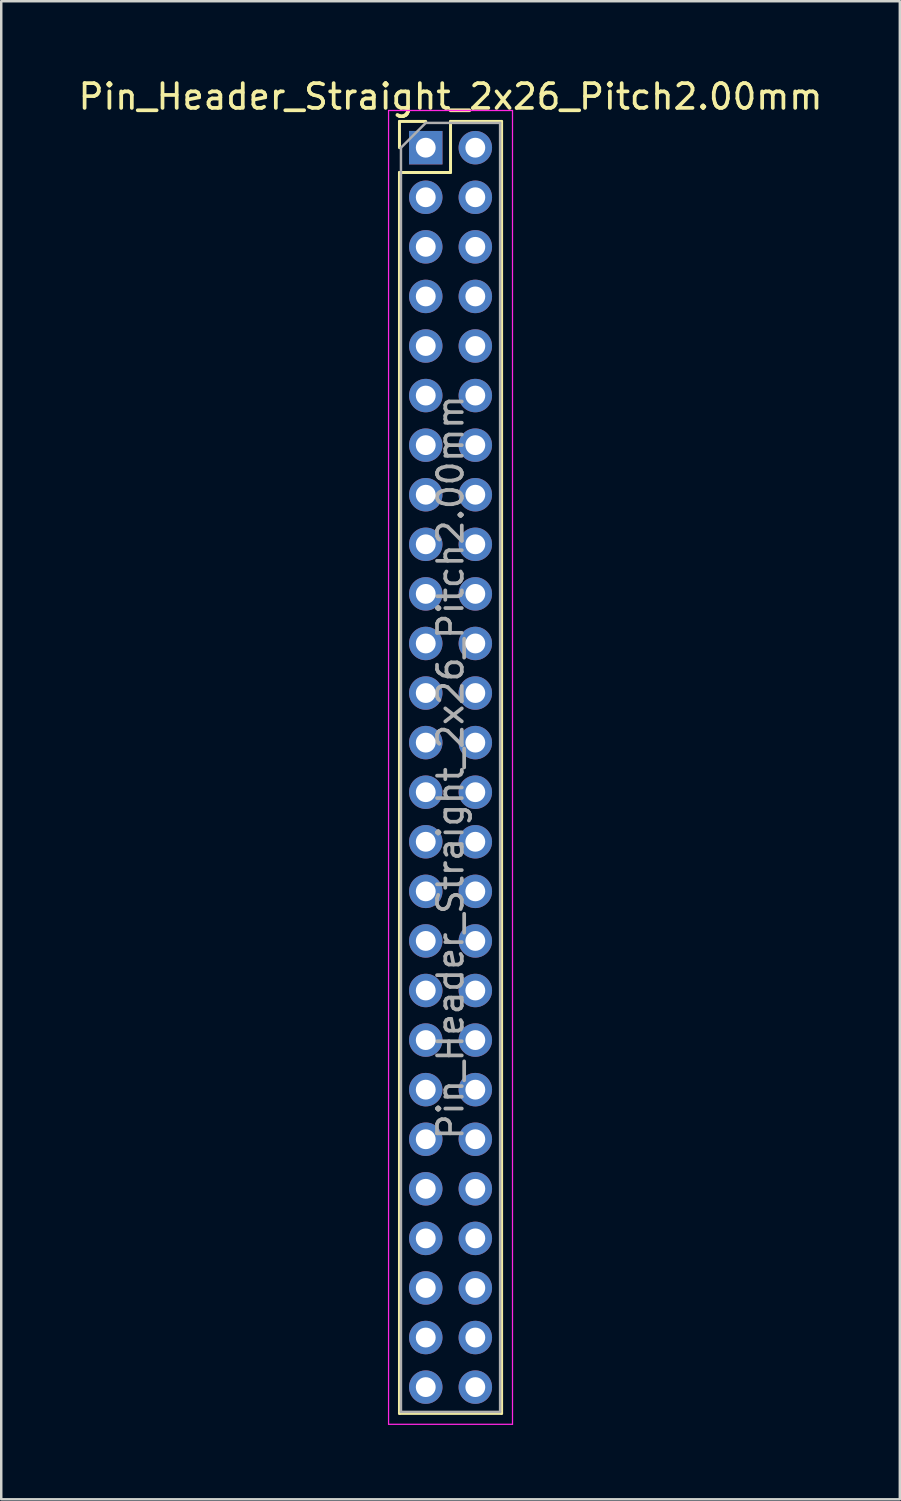
<source format=kicad_pcb>
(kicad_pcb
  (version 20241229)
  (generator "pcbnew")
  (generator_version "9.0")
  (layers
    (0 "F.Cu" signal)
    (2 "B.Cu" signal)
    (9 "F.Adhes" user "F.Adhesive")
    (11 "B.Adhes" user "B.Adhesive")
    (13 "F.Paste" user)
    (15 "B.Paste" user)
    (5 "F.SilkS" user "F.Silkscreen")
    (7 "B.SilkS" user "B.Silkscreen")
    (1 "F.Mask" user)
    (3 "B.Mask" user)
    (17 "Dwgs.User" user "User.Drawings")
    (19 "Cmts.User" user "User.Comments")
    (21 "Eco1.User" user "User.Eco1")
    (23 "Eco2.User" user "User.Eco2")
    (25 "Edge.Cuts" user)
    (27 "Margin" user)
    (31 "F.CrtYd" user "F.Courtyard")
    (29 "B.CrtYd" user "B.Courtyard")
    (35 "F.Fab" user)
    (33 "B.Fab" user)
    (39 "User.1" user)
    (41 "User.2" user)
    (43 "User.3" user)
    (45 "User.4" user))
  (footprint "Pin_Header_Straight_2x26_Pitch2.00mm"
    (layer "F.Cu")
    (at 14.125 2.908)
    (property "Reference" "Pin_Header_Straight_2x26_Pitch2.00mm" (at 1 -2.06 0) (layer "F.SilkS") (effects (font (size 1 1) (thickness 0.15))))
    (attr through_hole)
    (fp_line (start -1.06 -1.06) (end 0 -1.06) (stroke (width 0.12) (type solid)) (layer "F.SilkS"))
    (fp_line (start -1.06 0) (end -1.06 -1.06) (stroke (width 0.12) (type solid)) (layer "F.SilkS"))
    (fp_line (start -1.06 1) (end -1.06 51.06) (stroke (width 0.12) (type solid)) (layer "F.SilkS"))
    (fp_line (start -1.06 1) (end 1 1) (stroke (width 0.12) (type solid)) (layer "F.SilkS"))
    (fp_line (start -1.06 51.06) (end 3.06 51.06) (stroke (width 0.12) (type solid)) (layer "F.SilkS"))
    (fp_line (start 1 -1.06) (end 3.06 -1.06) (stroke (width 0.12) (type solid)) (layer "F.SilkS"))
    (fp_line (start 1 1) (end 1 -1.06) (stroke (width 0.12) (type solid)) (layer "F.SilkS"))
    (fp_line (start 3.06 -1.06) (end 3.06 51.06) (stroke (width 0.12) (type solid)) (layer "F.SilkS"))
    (fp_line (start -1.5 -1.5) (end -1.5 51.5) (stroke (width 0.05) (type solid)) (layer "F.CrtYd"))
    (fp_line (start -1.5 51.5) (end 3.5 51.5) (stroke (width 0.05) (type solid)) (layer "F.CrtYd"))
    (fp_line (start 3.5 -1.5) (end -1.5 -1.5) (stroke (width 0.05) (type solid)) (layer "F.CrtYd"))
    (fp_line (start 3.5 51.5) (end 3.5 -1.5) (stroke (width 0.05) (type solid)) (layer "F.CrtYd"))
    (fp_line (start -1 0) (end 0 -1) (stroke (width 0.1) (type solid)) (layer "F.Fab"))
    (fp_line (start -1 51) (end -1 0) (stroke (width 0.1) (type solid)) (layer "F.Fab"))
    (fp_line (start 0 -1) (end 3 -1) (stroke (width 0.1) (type solid)) (layer "F.Fab"))
    (fp_line (start 3 -1) (end 3 51) (stroke (width 0.1) (type solid)) (layer "F.Fab"))
    (fp_line (start 3 51) (end -1 51) (stroke (width 0.1) (type solid)) (layer "F.Fab"))
    (fp_text user "${REFERENCE}" (at 1 25 90) (layer "F.Fab") (effects (font (size 1 1) (thickness 0.15))))
    (pad "1" thru_hole rect (at 0 0) (size 1.35 1.35) (drill 0.8) (layers "*.Cu" "*.Mask"))
    (pad "2" thru_hole oval (at 2 0) (size 1.35 1.35) (drill 0.8) (layers "*.Cu" "*.Mask"))
    (pad "3" thru_hole oval (at 0 2) (size 1.35 1.35) (drill 0.8) (layers "*.Cu" "*.Mask"))
    (pad "4" thru_hole oval (at 2 2) (size 1.35 1.35) (drill 0.8) (layers "*.Cu" "*.Mask"))
    (pad "5" thru_hole oval (at 0 4) (size 1.35 1.35) (drill 0.8) (layers "*.Cu" "*.Mask"))
    (pad "6" thru_hole oval (at 2 4) (size 1.35 1.35) (drill 0.8) (layers "*.Cu" "*.Mask"))
    (pad "7" thru_hole oval (at 0 6) (size 1.35 1.35) (drill 0.8) (layers "*.Cu" "*.Mask"))
    (pad "8" thru_hole oval (at 2 6) (size 1.35 1.35) (drill 0.8) (layers "*.Cu" "*.Mask"))
    (pad "9" thru_hole oval (at 0 8) (size 1.35 1.35) (drill 0.8) (layers "*.Cu" "*.Mask"))
    (pad "10" thru_hole oval (at 2 8) (size 1.35 1.35) (drill 0.8) (layers "*.Cu" "*.Mask"))
    (pad "11" thru_hole oval (at 0 10) (size 1.35 1.35) (drill 0.8) (layers "*.Cu" "*.Mask"))
    (pad "12" thru_hole oval (at 2 10) (size 1.35 1.35) (drill 0.8) (layers "*.Cu" "*.Mask"))
    (pad "13" thru_hole oval (at 0 12) (size 1.35 1.35) (drill 0.8) (layers "*.Cu" "*.Mask"))
    (pad "14" thru_hole oval (at 2 12) (size 1.35 1.35) (drill 0.8) (layers "*.Cu" "*.Mask"))
    (pad "15" thru_hole oval (at 0 14) (size 1.35 1.35) (drill 0.8) (layers "*.Cu" "*.Mask"))
    (pad "16" thru_hole oval (at 2 14) (size 1.35 1.35) (drill 0.8) (layers "*.Cu" "*.Mask"))
    (pad "17" thru_hole oval (at 0 16) (size 1.35 1.35) (drill 0.8) (layers "*.Cu" "*.Mask"))
    (pad "18" thru_hole oval (at 2 16) (size 1.35 1.35) (drill 0.8) (layers "*.Cu" "*.Mask"))
    (pad "19" thru_hole oval (at 0 18) (size 1.35 1.35) (drill 0.8) (layers "*.Cu" "*.Mask"))
    (pad "20" thru_hole oval (at 2 18) (size 1.35 1.35) (drill 0.8) (layers "*.Cu" "*.Mask"))
    (pad "21" thru_hole oval (at 0 20) (size 1.35 1.35) (drill 0.8) (layers "*.Cu" "*.Mask"))
    (pad "22" thru_hole oval (at 2 20) (size 1.35 1.35) (drill 0.8) (layers "*.Cu" "*.Mask"))
    (pad "23" thru_hole oval (at 0 22) (size 1.35 1.35) (drill 0.8) (layers "*.Cu" "*.Mask"))
    (pad "24" thru_hole oval (at 2 22) (size 1.35 1.35) (drill 0.8) (layers "*.Cu" "*.Mask"))
    (pad "25" thru_hole oval (at 0 24) (size 1.35 1.35) (drill 0.8) (layers "*.Cu" "*.Mask"))
    (pad "26" thru_hole oval (at 2 24) (size 1.35 1.35) (drill 0.8) (layers "*.Cu" "*.Mask"))
    (pad "27" thru_hole oval (at 0 26) (size 1.35 1.35) (drill 0.8) (layers "*.Cu" "*.Mask"))
    (pad "28" thru_hole oval (at 2 26) (size 1.35 1.35) (drill 0.8) (layers "*.Cu" "*.Mask"))
    (pad "29" thru_hole oval (at 0 28) (size 1.35 1.35) (drill 0.8) (layers "*.Cu" "*.Mask"))
    (pad "30" thru_hole oval (at 2 28) (size 1.35 1.35) (drill 0.8) (layers "*.Cu" "*.Mask"))
    (pad "31" thru_hole oval (at 0 30) (size 1.35 1.35) (drill 0.8) (layers "*.Cu" "*.Mask"))
    (pad "32" thru_hole oval (at 2 30) (size 1.35 1.35) (drill 0.8) (layers "*.Cu" "*.Mask"))
    (pad "33" thru_hole oval (at 0 32) (size 1.35 1.35) (drill 0.8) (layers "*.Cu" "*.Mask"))
    (pad "34" thru_hole oval (at 2 32) (size 1.35 1.35) (drill 0.8) (layers "*.Cu" "*.Mask"))
    (pad "35" thru_hole oval (at 0 34) (size 1.35 1.35) (drill 0.8) (layers "*.Cu" "*.Mask"))
    (pad "36" thru_hole oval (at 2 34) (size 1.35 1.35) (drill 0.8) (layers "*.Cu" "*.Mask"))
    (pad "37" thru_hole oval (at 0 36) (size 1.35 1.35) (drill 0.8) (layers "*.Cu" "*.Mask"))
    (pad "38" thru_hole oval (at 2 36) (size 1.35 1.35) (drill 0.8) (layers "*.Cu" "*.Mask"))
    (pad "39" thru_hole oval (at 0 38) (size 1.35 1.35) (drill 0.8) (layers "*.Cu" "*.Mask"))
    (pad "40" thru_hole oval (at 2 38) (size 1.35 1.35) (drill 0.8) (layers "*.Cu" "*.Mask"))
    (pad "41" thru_hole oval (at 0 40) (size 1.35 1.35) (drill 0.8) (layers "*.Cu" "*.Mask"))
    (pad "42" thru_hole oval (at 2 40) (size 1.35 1.35) (drill 0.8) (layers "*.Cu" "*.Mask"))
    (pad "43" thru_hole oval (at 0 42) (size 1.35 1.35) (drill 0.8) (layers "*.Cu" "*.Mask"))
    (pad "44" thru_hole oval (at 2 42) (size 1.35 1.35) (drill 0.8) (layers "*.Cu" "*.Mask"))
    (pad "45" thru_hole oval (at 0 44) (size 1.35 1.35) (drill 0.8) (layers "*.Cu" "*.Mask"))
    (pad "46" thru_hole oval (at 2 44) (size 1.35 1.35) (drill 0.8) (layers "*.Cu" "*.Mask"))
    (pad "47" thru_hole oval (at 0 46) (size 1.35 1.35) (drill 0.8) (layers "*.Cu" "*.Mask"))
    (pad "48" thru_hole oval (at 2 46) (size 1.35 1.35) (drill 0.8) (layers "*.Cu" "*.Mask"))
    (pad "49" thru_hole oval (at 0 48) (size 1.35 1.35) (drill 0.8) (layers "*.Cu" "*.Mask"))
    (pad "50" thru_hole oval (at 2 48) (size 1.35 1.35) (drill 0.8) (layers "*.Cu" "*.Mask"))
    (pad "51" thru_hole oval (at 0 50) (size 1.35 1.35) (drill 0.8) (layers "*.Cu" "*.Mask"))
    (pad "52" thru_hole oval (at 2 50) (size 1.35 1.35) (drill 0.8) (layers "*.Cu" "*.Mask")))
  (gr_rect
    (start -3 -3)
    (end 33.25 57.433)
    (stroke (width 0.1) (type default))
    (fill no)
    (layer "Edge.Cuts")))
</source>
